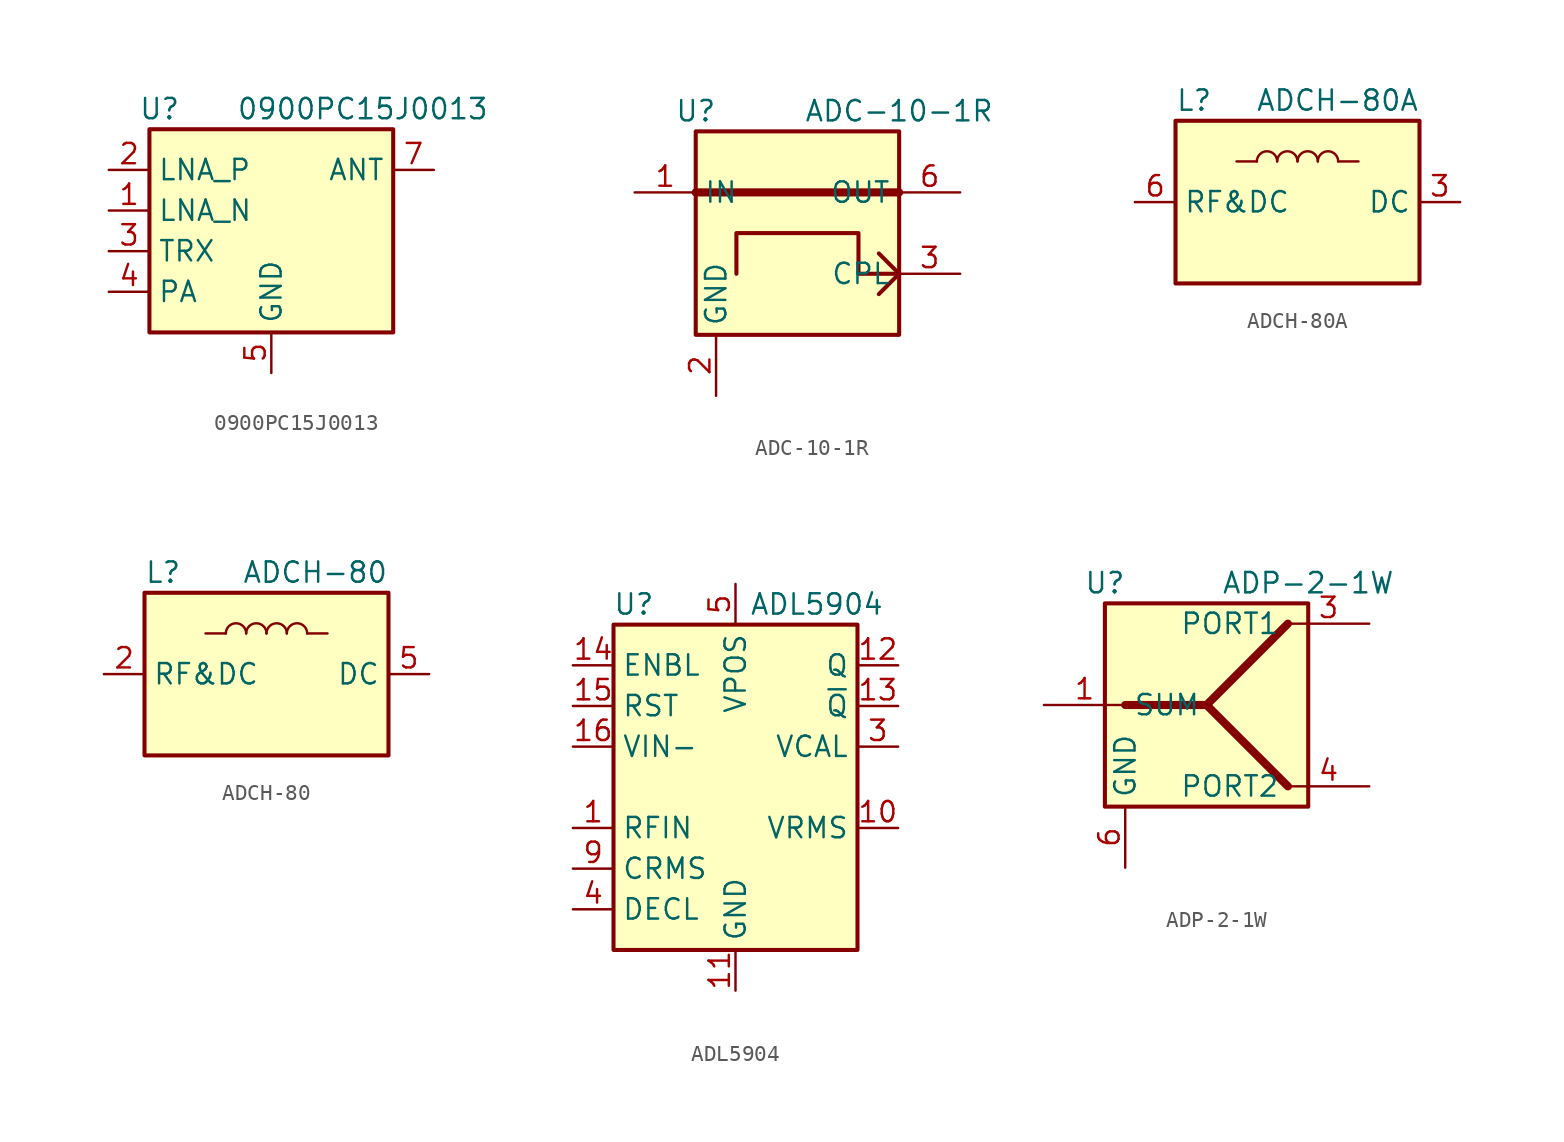
<source format=kicad_sym>
(kicad_symbol_lib
  (version 20201005)
  (generator kicad_symbol_editor)
  (symbol "RF:0900PC15J0013"
    (property "Reference" "U"
      (at -6.985 8.89 0)
      (effects (font (size 1.27 1.27))))
    (property "Value" "0900PC15J0013"
      (at 5.715 8.89 0)
      (effects (font (size 1.27 1.27))))
    (symbol "0900PC15J0013_0_1"
      (rectangle (start -7.62 7.62) (end 7.62 -5.08) (stroke (width 0.254)) (fill (type background))))
    (symbol "0900PC15J0013_1_1"
      (pin passive line (at -10.16 2.54 0) (length 2.54) (name "LNA_N" (effects (font (size 1.27 1.27)))) (number "1" (effects (font (size 1.27 1.27)))))
      (pin passive line (at 0 -7.62 90) (length 2.54) hide (name "GND" (effects (font (size 1.27 1.27)))) (number "10" (effects (font (size 1.27 1.27)))))
      (pin passive line (at -10.16 5.08 0) (length 2.54) (name "LNA_P" (effects (font (size 1.27 1.27)))) (number "2" (effects (font (size 1.27 1.27)))))
      (pin passive line (at -10.16 0 0) (length 2.54) (name "TRX" (effects (font (size 1.27 1.27)))) (number "3" (effects (font (size 1.27 1.27)))))
      (pin passive line (at -10.16 -2.54 0) (length 2.54) (name "PA" (effects (font (size 1.27 1.27)))) (number "4" (effects (font (size 1.27 1.27)))))
      (pin power_in line (at 0 -7.62 90) (length 2.54) (name "GND" (effects (font (size 1.27 1.27)))) (number "5" (effects (font (size 1.27 1.27)))))
      (pin passive line (at 0 -7.62 90) (length 2.54) hide (name "GND" (effects (font (size 1.27 1.27)))) (number "6" (effects (font (size 1.27 1.27)))))
      (pin passive line (at 10.16 5.08 180) (length 2.54) (name "ANT" (effects (font (size 1.27 1.27)))) (number "7" (effects (font (size 1.27 1.27)))))
      (pin passive line (at 0 -7.62 90) (length 2.54) hide (name "GND" (effects (font (size 1.27 1.27)))) (number "8" (effects (font (size 1.27 1.27)))))
      (pin passive line (at 0 -7.62 90) (length 2.54) hide (name "GND" (effects (font (size 1.27 1.27)))) (number "9" (effects (font (size 1.27 1.27)))))))
  (symbol "RF:ADC-10-1R"
    (property "Reference" "U"
      (at -6.35 7.62 0)
      (effects (font (size 1.27 1.27))))
    (property "Value" "ADC-10-1R"
      (at 6.35 7.62 0)
      (effects (font (size 1.27 1.27))))
    (symbol "ADC-10-1R_0_1"
      (rectangle (start -6.35 6.35) (end 6.35 -6.35) (stroke (width 0.254)) (fill (type background)))
      (polyline (pts (xy -6.35 2.54) (xy 6.35 2.54)) (stroke (width 0.508)) (fill (type none)))
      (polyline (pts (xy 6.35 -2.54) (xy 5.08 -3.81)) (stroke (width 0.254)) (fill (type none)))
      (polyline (pts (xy 6.35 -2.54) (xy 5.08 -1.27)) (stroke (width 0.254)) (fill (type none)))
      (polyline (pts (xy 6.35 -2.54) (xy 3.81 -2.54) (xy 3.81 0) (xy -3.81 0) (xy -3.81 -2.54)) (stroke (width 0.254)) (fill (type none))))
    (symbol "ADC-10-1R_1_1"
      (pin input line (at -10.16 2.54 0) (length 3.81) (name "IN" (effects (font (size 1.27 1.27)))) (number "1" (effects (font (size 1.27 1.27)))))
      (pin power_in line (at -5.08 -10.16 90) (length 3.81) (name "GND" (effects (font (size 1.27 1.27)))) (number "2" (effects (font (size 1.27 1.27)))))
      (pin output line (at 10.16 -2.54 180) (length 3.81) (name "CPL" (effects (font (size 1.27 1.27)))) (number "3" (effects (font (size 1.27 1.27)))))
      (pin no_connect line (at 6.35 0 180) (length 3.81) hide (name "NC" (effects (font (size 1.27 1.27)))) (number "4" (effects (font (size 1.27 1.27)))))
      (pin passive line (at -5.08 -10.16 90) (length 3.81) hide (name "GND" (effects (font (size 1.27 1.27)))) (number "5" (effects (font (size 1.27 1.27)))))
      (pin output line (at 10.16 2.54 180) (length 3.81) (name "OUT" (effects (font (size 1.27 1.27)))) (number "6" (effects (font (size 1.27 1.27)))))))
  (symbol "RF:ADCH-80A"
    (property "Reference" "L"
      (at -7.62 6.35 0)
      (effects (font (size 1.27 1.27)) (justify left)))
    (property "Value" "ADCH-80A"
      (at 7.62 6.35 0)
      (effects (font (size 1.27 1.27)) (justify right)))
    (symbol "ADCH-80A_1_1"
      (arc (start -1.27 2.54) (end -2.54 2.54) (radius (at -1.905 2.54) (length 0.635) (angles 0.1 179.9)) (stroke (width 0)) (fill (type none)))
      (arc (start 0 2.54) (end -1.27 2.54) (radius (at -0.635 2.54) (length 0.635) (angles 0.1 179.9)) (stroke (width 0)) (fill (type none)))
      (arc (start 1.27 2.54) (end 0 2.54) (radius (at 0.635 2.54) (length 0.635) (angles 0.1 179.9)) (stroke (width 0)) (fill (type none)))
      (arc (start 2.54 2.54) (end 1.27 2.54) (radius (at 1.905 2.54) (length 0.635) (angles 0.1 179.9)) (stroke (width 0)) (fill (type none)))
      (rectangle (start -7.62 5.08) (end 7.62 -5.08) (stroke (width 0.254)) (fill (type background)))
      (rectangle (start 2.54 2.54) (end 3.81 2.54) (stroke (width 0)) (fill (type none)))
      (polyline (pts (xy -2.54 2.54) (xy -3.81 2.54)) (stroke (width 0)) (fill (type none)))
      (pin no_connect line (at -5.08 -5.08 90) (length 2.54) hide (name "NC" (effects (font (size 1.27 1.27)))) (number "1" (effects (font (size 1.27 1.27)))))
      (pin no_connect line (at -2.54 -5.08 90) (length 2.54) hide (name "NC" (effects (font (size 1.27 1.27)))) (number "2" (effects (font (size 1.27 1.27)))))
      (pin passive line (at 10.16 0 180) (length 2.54) (name "DC" (effects (font (size 1.27 1.27)))) (number "3" (effects (font (size 1.27 1.27)))))
      (pin no_connect line (at 0 -5.08 90) (length 2.54) hide (name "NC" (effects (font (size 1.27 1.27)))) (number "4" (effects (font (size 1.27 1.27)))))
      (pin no_connect line (at 2.54 -5.08 90) (length 2.54) hide (name "NC" (effects (font (size 1.27 1.27)))) (number "5" (effects (font (size 1.27 1.27)))))
      (pin passive line (at -10.16 0 0) (length 2.54) (name "RF&DC" (effects (font (size 1.27 1.27)))) (number "6" (effects (font (size 1.27 1.27)))))))
  (symbol "RF:ADCH-80"
    (property "Reference" "L"
      (at -7.62 6.35 0)
      (effects (font (size 1.27 1.27)) (justify left)))
    (property "Value" "ADCH-80"
      (at 7.62 6.35 0)
      (effects (font (size 1.27 1.27)) (justify right)))
    (symbol "ADCH-80_0_1"
      (rectangle (start 2.54 2.54) (end 3.81 2.54) (stroke (width 0)) (fill (type none)))
      (polyline (pts (xy -2.54 2.54) (xy -3.81 2.54)) (stroke (width 0)) (fill (type none))))
    (symbol "ADCH-80_1_1"
      (arc (start -1.27 2.54) (end -2.54 2.54) (radius (at -1.905 2.54) (length 0.635) (angles 0.1 179.9)) (stroke (width 0)) (fill (type none)))
      (arc (start 0 2.54) (end -1.27 2.54) (radius (at -0.635 2.54) (length 0.635) (angles 0.1 179.9)) (stroke (width 0)) (fill (type none)))
      (arc (start 1.27 2.54) (end 0 2.54) (radius (at 0.635 2.54) (length 0.635) (angles 0.1 179.9)) (stroke (width 0)) (fill (type none)))
      (arc (start 2.54 2.54) (end 1.27 2.54) (radius (at 1.905 2.54) (length 0.635) (angles 0.1 179.9)) (stroke (width 0)) (fill (type none)))
      (rectangle (start -7.62 5.08) (end 7.62 -5.08) (stroke (width 0.254)) (fill (type background)))
      (pin no_connect line (at -5.08 -5.08 90) (length 2.54) hide (name "NC" (effects (font (size 1.27 1.27)))) (number "1" (effects (font (size 1.27 1.27)))))
      (pin passive line (at -10.16 0 0) (length 2.54) (name "RF&DC" (effects (font (size 1.27 1.27)))) (number "2" (effects (font (size 1.27 1.27)))))
      (pin no_connect line (at -2.54 -5.08 90) (length 2.54) hide (name "NC" (effects (font (size 1.27 1.27)))) (number "3" (effects (font (size 1.27 1.27)))))
      (pin no_connect line (at 0 -5.08 90) (length 2.54) hide (name "NC" (effects (font (size 1.27 1.27)))) (number "4" (effects (font (size 1.27 1.27)))))
      (pin passive line (at 10.16 0 180) (length 2.54) (name "DC" (effects (font (size 1.27 1.27)))) (number "5" (effects (font (size 1.27 1.27)))))
      (pin no_connect line (at 2.54 -5.08 90) (length 2.54) hide (name "NC" (effects (font (size 1.27 1.27)))) (number "6" (effects (font (size 1.27 1.27)))))))
  (symbol "RF:ADL5904"
    (property "Reference" "U"
      (at -6.35 11.43 0)
      (effects (font (size 1.27 1.27))))
    (property "Value" "ADL5904"
      (at 5.08 11.43 0)
      (effects (font (size 1.27 1.27))))
    (symbol "ADL5904_0_1"
      (rectangle (start -7.62 10.16) (end 7.62 -10.16) (stroke (width 0.254)) (fill (type background))))
    (symbol "ADL5904_1_1"
      (pin input line (at -10.16 -2.54 0) (length 2.54) (name "RFIN" (effects (font (size 1.27 1.27)))) (number "1" (effects (font (size 1.27 1.27)))))
      (pin output line (at 10.16 -2.54 180) (length 2.54) (name "VRMS" (effects (font (size 1.27 1.27)))) (number "10" (effects (font (size 1.27 1.27)))))
      (pin power_in line (at 0 -12.7 90) (length 2.54) (name "GND" (effects (font (size 1.27 1.27)))) (number "11" (effects (font (size 1.27 1.27)))))
      (pin output line (at 10.16 7.62 180) (length 2.54) (name "Q" (effects (font (size 1.27 1.27)))) (number "12" (effects (font (size 1.27 1.27)))))
      (pin output line (at 10.16 5.08 180) (length 2.54) (name "~Q" (effects (font (size 1.27 1.27)))) (number "13" (effects (font (size 1.27 1.27)))))
      (pin input line (at -10.16 7.62 0) (length 2.54) (name "ENBL" (effects (font (size 1.27 1.27)))) (number "14" (effects (font (size 1.27 1.27)))))
      (pin input line (at -10.16 5.08 0) (length 2.54) (name "RST" (effects (font (size 1.27 1.27)))) (number "15" (effects (font (size 1.27 1.27)))))
      (pin input line (at -10.16 2.54 0) (length 2.54) (name "VIN-" (effects (font (size 1.27 1.27)))) (number "16" (effects (font (size 1.27 1.27)))))
      (pin passive line (at 0 -12.7 90) (length 2.54) hide (name "GND" (effects (font (size 1.27 1.27)))) (number "17" (effects (font (size 1.27 1.27)))))
      (pin no_connect line (at 7.62 0 180) (length 2.54) hide (name "DNC" (effects (font (size 1.27 1.27)))) (number "2" (effects (font (size 1.27 1.27)))))
      (pin output line (at 10.16 2.54 180) (length 2.54) (name "VCAL" (effects (font (size 1.27 1.27)))) (number "3" (effects (font (size 1.27 1.27)))))
      (pin passive line (at -10.16 -7.62 0) (length 2.54) (name "DECL" (effects (font (size 1.27 1.27)))) (number "4" (effects (font (size 1.27 1.27)))))
      (pin power_in line (at 0 12.7 270) (length 2.54) (name "VPOS" (effects (font (size 1.27 1.27)))) (number "5" (effects (font (size 1.27 1.27)))))
      (pin no_connect line (at 7.62 -5.08 180) (length 2.54) hide (name "DNC" (effects (font (size 1.27 1.27)))) (number "6" (effects (font (size 1.27 1.27)))))
      (pin passive line (at 0 12.7 270) (length 2.54) hide (name "VPOS" (effects (font (size 1.27 1.27)))) (number "7" (effects (font (size 1.27 1.27)))))
      (pin no_connect line (at 7.62 -7.62 180) (length 2.54) hide (name "DNC" (effects (font (size 1.27 1.27)))) (number "8" (effects (font (size 1.27 1.27)))))
      (pin passive line (at -10.16 -5.08 0) (length 2.54) (name "CRMS" (effects (font (size 1.27 1.27)))) (number "9" (effects (font (size 1.27 1.27)))))))
  (symbol "RF:ADP-2-1W"
    (property "Reference" "U"
      (at -6.35 7.62 0)
      (effects (font (size 1.27 1.27))))
    (property "Value" "ADP-2-1W"
      (at 6.35 7.62 0)
      (effects (font (size 1.27 1.27))))
    (symbol "ADP-2-1W_0_1"
      (rectangle (start -6.35 6.35) (end 6.35 -6.35) (stroke (width 0.254)) (fill (type background)))
      (polyline (pts (xy 0 0) (xy 5.08 -5.08)) (stroke (width 0.508)) (fill (type none)))
      (polyline (pts (xy -5.08 0) (xy 0 0) (xy 5.08 5.08)) (stroke (width 0.508)) (fill (type none))))
    (symbol "ADP-2-1W_1_1"
      (pin passive line (at -10.16 0 0) (length 5.08) (name "SUM" (effects (font (size 1.27 1.27)))) (number "1" (effects (font (size 1.27 1.27)))))
      (pin no_connect line (at 5.08 2.54 180) (length 5.08) hide (name "NC" (effects (font (size 1.27 1.27)))) (number "2" (effects (font (size 1.27 1.27)))))
      (pin passive line (at 10.16 5.08 180) (length 5.08) (name "PORT1" (effects (font (size 1.27 1.27)))) (number "3" (effects (font (size 1.27 1.27)))))
      (pin passive line (at 10.16 -5.08 180) (length 5.08) (name "PORT2" (effects (font (size 1.27 1.27)))) (number "4" (effects (font (size 1.27 1.27)))))
      (pin no_connect line (at 5.08 -2.54 180) (length 5.08) hide (name "NC" (effects (font (size 1.27 1.27)))) (number "5" (effects (font (size 1.27 1.27)))))
      (pin passive line (at -5.08 -10.16 90) (length 3.81) (name "GND" (effects (font (size 1.27 1.27)))) (number "6" (effects (font (size 1.27 1.27))))))))
</source>
